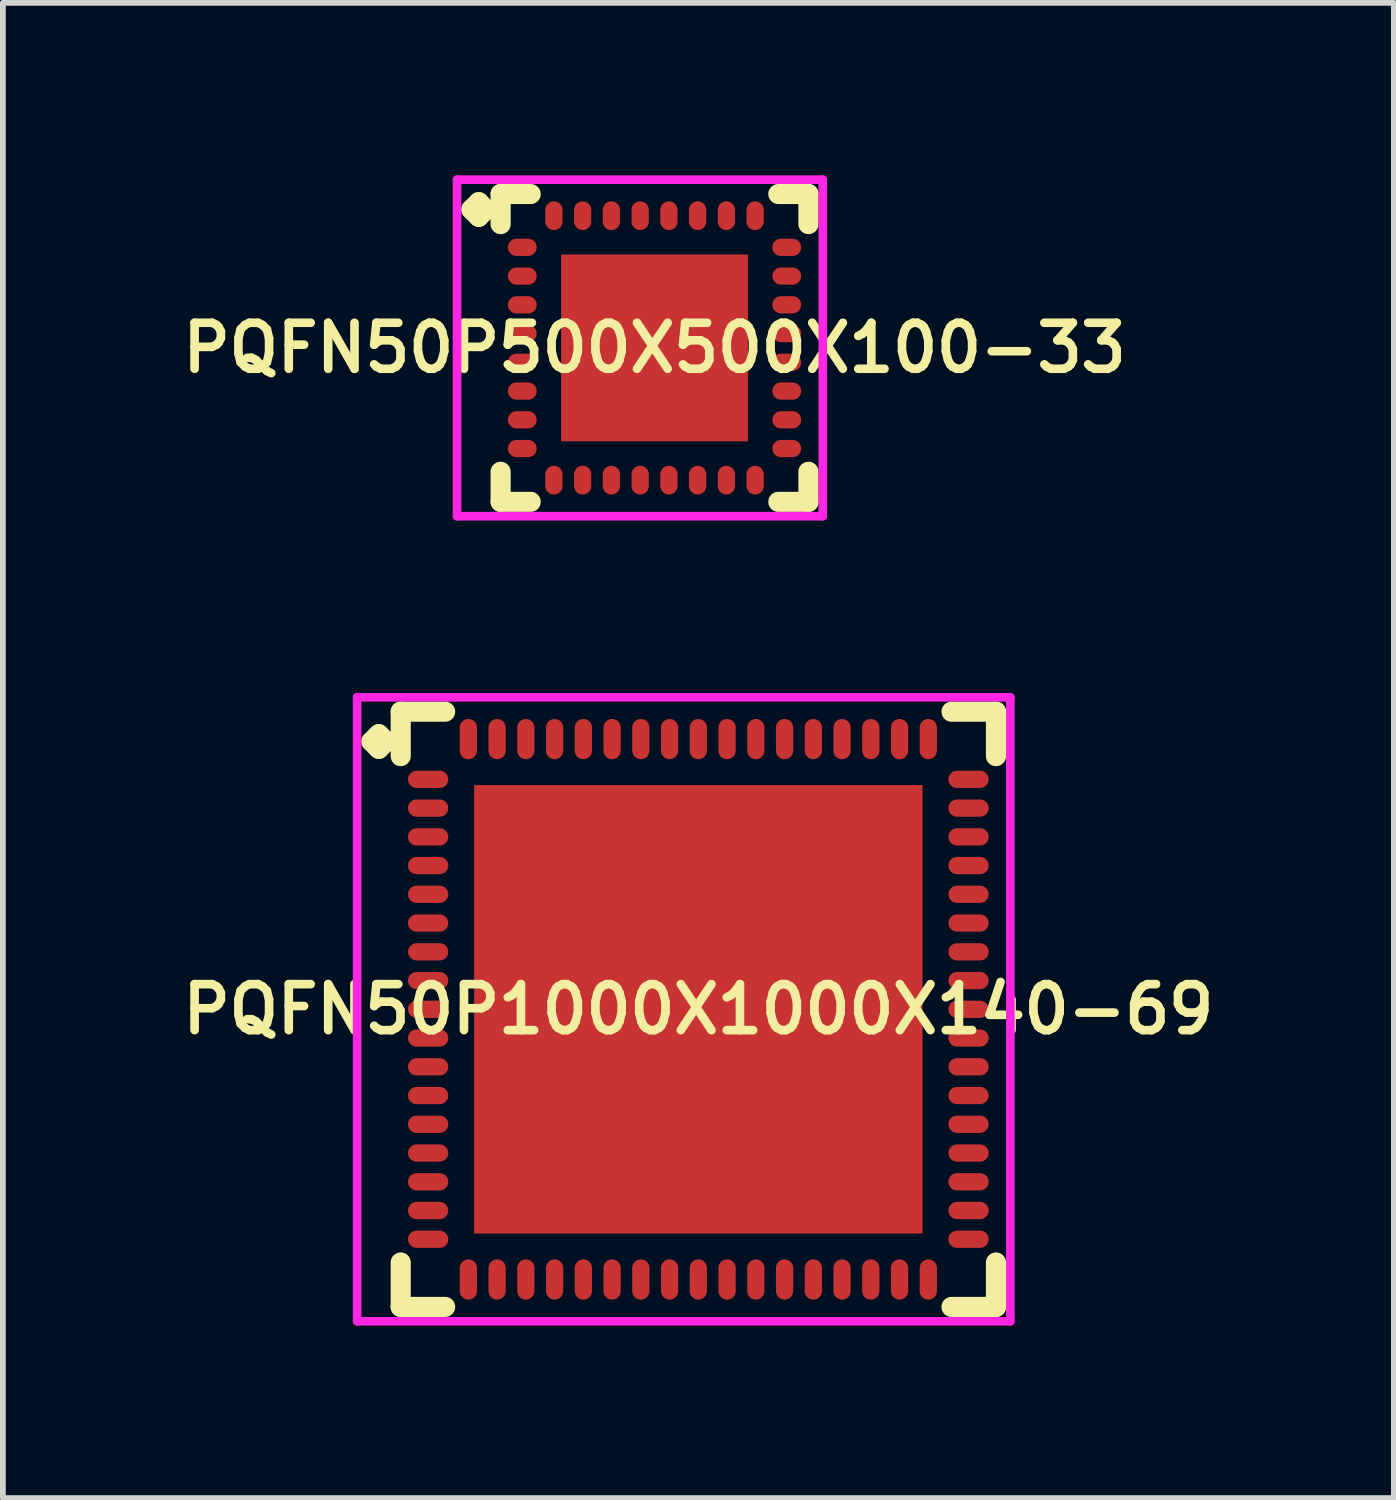
<source format=kicad_pcb>
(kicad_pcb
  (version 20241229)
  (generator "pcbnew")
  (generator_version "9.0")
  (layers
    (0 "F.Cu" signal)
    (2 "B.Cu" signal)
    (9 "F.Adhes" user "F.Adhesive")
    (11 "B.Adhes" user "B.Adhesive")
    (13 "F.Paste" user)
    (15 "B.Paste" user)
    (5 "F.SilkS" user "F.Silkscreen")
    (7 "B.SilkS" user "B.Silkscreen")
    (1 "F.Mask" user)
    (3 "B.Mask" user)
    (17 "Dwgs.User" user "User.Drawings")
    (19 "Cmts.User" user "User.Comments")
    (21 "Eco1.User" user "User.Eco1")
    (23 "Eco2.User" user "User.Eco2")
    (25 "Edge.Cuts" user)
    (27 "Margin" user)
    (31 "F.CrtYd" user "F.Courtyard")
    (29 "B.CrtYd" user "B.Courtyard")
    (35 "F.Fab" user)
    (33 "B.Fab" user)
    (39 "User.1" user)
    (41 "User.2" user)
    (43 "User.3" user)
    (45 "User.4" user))
  (footprint "PQFN50P500X500X100-33"
    (layer "F.Cu")
    (at 8.335 3.002)
    (property "Reference" "PQFN50P500X500X100-33" (at 0 0 0) (layer "F.SilkS") (effects (font (size 0.8 0.8) (thickness 0.15))))
    (attr smd)
    (fp_line (start -3.185 -2.408) (end -3.058 -2.535) (stroke (width 0.35) (type solid)) (layer "F.SilkS"))
    (fp_line (start -3.058 -2.535) (end -2.931 -2.408) (stroke (width 0.35) (type solid)) (layer "F.SilkS"))
    (fp_line (start -3.058 -2.281) (end -3.185 -2.408) (stroke (width 0.35) (type solid)) (layer "F.SilkS"))
    (fp_line (start -2.931 -2.408) (end -3.058 -2.281) (stroke (width 0.35) (type solid)) (layer "F.SilkS"))
    (fp_line (start -2.677 -2.677) (end -2.154 -2.677) (stroke (width 0.35) (type solid)) (layer "F.SilkS"))
    (fp_line (start -2.677 -2.154) (end -2.677 -2.677) (stroke (width 0.35) (type solid)) (layer "F.SilkS"))
    (fp_line (start -2.677 2.154) (end -2.677 2.677) (stroke (width 0.35) (type solid)) (layer "F.SilkS"))
    (fp_line (start -2.677 2.677) (end -2.154 2.677) (stroke (width 0.35) (type solid)) (layer "F.SilkS"))
    (fp_line (start 2.154 -2.677) (end 2.677 -2.677) (stroke (width 0.35) (type solid)) (layer "F.SilkS"))
    (fp_line (start 2.154 2.677) (end 2.677 2.677) (stroke (width 0.35) (type solid)) (layer "F.SilkS"))
    (fp_line (start 2.677 -2.677) (end 2.677 -2.154) (stroke (width 0.35) (type solid)) (layer "F.SilkS"))
    (fp_line (start 2.677 2.677) (end 2.677 2.154) (stroke (width 0.35) (type solid)) (layer "F.SilkS"))
    (fp_line (start -3.435 -2.927) (end 2.927 -2.927) (stroke (width 0.15) (type solid)) (layer "F.CrtYd"))
    (fp_line (start -3.435 2.927) (end -3.435 -2.927) (stroke (width 0.15) (type solid)) (layer "F.CrtYd"))
    (fp_line (start 2.927 -2.927) (end 2.927 2.927) (stroke (width 0.15) (type solid)) (layer "F.CrtYd"))
    (fp_line (start 2.927 2.927) (end -3.435 2.927) (stroke (width 0.15) (type solid)) (layer "F.CrtYd"))
    (pad "1" smd oval (at -2.3 -1.75) (size 0.5 0.3) (layers "F.Cu" "F.Mask" "F.Paste"))
    (pad "2" smd oval (at -2.3 -1.25) (size 0.5 0.3) (layers "F.Cu" "F.Mask" "F.Paste"))
    (pad "3" smd oval (at -2.3 -0.75) (size 0.5 0.3) (layers "F.Cu" "F.Mask" "F.Paste"))
    (pad "4" smd oval (at -2.3 -0.25) (size 0.5 0.3) (layers "F.Cu" "F.Mask" "F.Paste"))
    (pad "5" smd oval (at -2.3 0.25) (size 0.5 0.3) (layers "F.Cu" "F.Mask" "F.Paste"))
    (pad "6" smd oval (at -2.3 0.75) (size 0.5 0.3) (layers "F.Cu" "F.Mask" "F.Paste"))
    (pad "7" smd oval (at -2.3 1.25) (size 0.5 0.3) (layers "F.Cu" "F.Mask" "F.Paste"))
    (pad "8" smd oval (at -2.3 1.75) (size 0.5 0.3) (layers "F.Cu" "F.Mask" "F.Paste"))
    (pad "9" smd oval (at -1.75 2.3) (size 0.3 0.5) (layers "F.Cu" "F.Mask" "F.Paste"))
    (pad "10" smd oval (at -1.25 2.3) (size 0.3 0.5) (layers "F.Cu" "F.Mask" "F.Paste"))
    (pad "11" smd oval (at -0.75 2.3) (size 0.3 0.5) (layers "F.Cu" "F.Mask" "F.Paste"))
    (pad "12" smd oval (at -0.25 2.3) (size 0.3 0.5) (layers "F.Cu" "F.Mask" "F.Paste"))
    (pad "13" smd oval (at 0.25 2.3) (size 0.3 0.5) (layers "F.Cu" "F.Mask" "F.Paste"))
    (pad "14" smd oval (at 0.75 2.3) (size 0.3 0.5) (layers "F.Cu" "F.Mask" "F.Paste"))
    (pad "15" smd oval (at 1.25 2.3) (size 0.3 0.5) (layers "F.Cu" "F.Mask" "F.Paste"))
    (pad "16" smd oval (at 1.75 2.3) (size 0.3 0.5) (layers "F.Cu" "F.Mask" "F.Paste"))
    (pad "17" smd oval (at 2.3 1.75) (size 0.5 0.3) (layers "F.Cu" "F.Mask" "F.Paste"))
    (pad "18" smd oval (at 2.3 1.25) (size 0.5 0.3) (layers "F.Cu" "F.Mask" "F.Paste"))
    (pad "19" smd oval (at 2.3 0.75) (size 0.5 0.3) (layers "F.Cu" "F.Mask" "F.Paste"))
    (pad "20" smd oval (at 2.3 0.25) (size 0.5 0.3) (layers "F.Cu" "F.Mask" "F.Paste"))
    (pad "21" smd oval (at 2.3 -0.25) (size 0.5 0.3) (layers "F.Cu" "F.Mask" "F.Paste"))
    (pad "22" smd oval (at 2.3 -0.75) (size 0.5 0.3) (layers "F.Cu" "F.Mask" "F.Paste"))
    (pad "23" smd oval (at 2.3 -1.25) (size 0.5 0.3) (layers "F.Cu" "F.Mask" "F.Paste"))
    (pad "24" smd oval (at 2.3 -1.75) (size 0.5 0.3) (layers "F.Cu" "F.Mask" "F.Paste"))
    (pad "25" smd oval (at 1.75 -2.3) (size 0.3 0.5) (layers "F.Cu" "F.Mask" "F.Paste"))
    (pad "26" smd oval (at 1.25 -2.3) (size 0.3 0.5) (layers "F.Cu" "F.Mask" "F.Paste"))
    (pad "27" smd oval (at 0.75 -2.3) (size 0.3 0.5) (layers "F.Cu" "F.Mask" "F.Paste"))
    (pad "28" smd oval (at 0.25 -2.3) (size 0.3 0.5) (layers "F.Cu" "F.Mask" "F.Paste"))
    (pad "29" smd oval (at -0.25 -2.3) (size 0.3 0.5) (layers "F.Cu" "F.Mask" "F.Paste"))
    (pad "30" smd oval (at -0.75 -2.3) (size 0.3 0.5) (layers "F.Cu" "F.Mask" "F.Paste"))
    (pad "31" smd oval (at -1.25 -2.3) (size 0.3 0.5) (layers "F.Cu" "F.Mask" "F.Paste"))
    (pad "32" smd oval (at -1.75 -2.3) (size 0.3 0.5) (layers "F.Cu" "F.Mask" "F.Paste"))
    (pad "33" smd rect (at 0 0) (size 3.25 3.25) (layers "F.Cu" "F.Mask" "F.Paste")))
  (footprint "PQFN50P1000X1000X140-69"
    (layer "F.Cu")
    (at 9.097 14.506)
    (property "Reference" "PQFN50P1000X1000X140-69" (at 0 0 0) (layer "F.SilkS") (effects (font (size 0.8 0.8) (thickness 0.15))))
    (attr smd)
    (fp_line (start -5.685 -4.658) (end -5.558 -4.785) (stroke (width 0.35) (type solid)) (layer "F.SilkS"))
    (fp_line (start -5.558 -4.785) (end -5.431 -4.658) (stroke (width 0.35) (type solid)) (layer "F.SilkS"))
    (fp_line (start -5.558 -4.531) (end -5.685 -4.658) (stroke (width 0.35) (type solid)) (layer "F.SilkS"))
    (fp_line (start -5.431 -4.658) (end -5.558 -4.531) (stroke (width 0.35) (type solid)) (layer "F.SilkS"))
    (fp_line (start -5.177 -5.177) (end -4.404 -5.177) (stroke (width 0.35) (type solid)) (layer "F.SilkS"))
    (fp_line (start -5.177 -4.404) (end -5.177 -5.177) (stroke (width 0.35) (type solid)) (layer "F.SilkS"))
    (fp_line (start -5.177 4.404) (end -5.177 5.177) (stroke (width 0.35) (type solid)) (layer "F.SilkS"))
    (fp_line (start -5.177 5.177) (end -4.404 5.177) (stroke (width 0.35) (type solid)) (layer "F.SilkS"))
    (fp_line (start 4.404 -5.177) (end 5.177 -5.177) (stroke (width 0.35) (type solid)) (layer "F.SilkS"))
    (fp_line (start 4.404 5.177) (end 5.177 5.177) (stroke (width 0.35) (type solid)) (layer "F.SilkS"))
    (fp_line (start 5.177 -5.177) (end 5.177 -4.404) (stroke (width 0.35) (type solid)) (layer "F.SilkS"))
    (fp_line (start 5.177 5.177) (end 5.177 4.404) (stroke (width 0.35) (type solid)) (layer "F.SilkS"))
    (fp_line (start -5.935 -5.427) (end 5.427 -5.427) (stroke (width 0.15) (type solid)) (layer "F.CrtYd"))
    (fp_line (start -5.935 5.427) (end -5.935 -5.427) (stroke (width 0.15) (type solid)) (layer "F.CrtYd"))
    (fp_line (start 5.427 -5.427) (end 5.427 5.427) (stroke (width 0.15) (type solid)) (layer "F.CrtYd"))
    (fp_line (start 5.427 5.427) (end -5.935 5.427) (stroke (width 0.15) (type solid)) (layer "F.CrtYd"))
    (pad "1" smd oval (at -4.7 -4) (size 0.7 0.3) (layers "F.Cu" "F.Mask" "F.Paste"))
    (pad "2" smd oval (at -4.7 -3.5) (size 0.7 0.3) (layers "F.Cu" "F.Mask" "F.Paste"))
    (pad "3" smd oval (at -4.7 -3) (size 0.7 0.3) (layers "F.Cu" "F.Mask" "F.Paste"))
    (pad "4" smd oval (at -4.7 -2.5) (size 0.7 0.3) (layers "F.Cu" "F.Mask" "F.Paste"))
    (pad "5" smd oval (at -4.7 -2) (size 0.7 0.3) (layers "F.Cu" "F.Mask" "F.Paste"))
    (pad "6" smd oval (at -4.7 -1.5) (size 0.7 0.3) (layers "F.Cu" "F.Mask" "F.Paste"))
    (pad "7" smd oval (at -4.7 -1) (size 0.7 0.3) (layers "F.Cu" "F.Mask" "F.Paste"))
    (pad "8" smd oval (at -4.7 -0.5) (size 0.7 0.3) (layers "F.Cu" "F.Mask" "F.Paste"))
    (pad "9" smd oval (at -4.7 0) (size 0.7 0.3) (layers "F.Cu" "F.Mask" "F.Paste"))
    (pad "10" smd oval (at -4.7 0.5) (size 0.7 0.3) (layers "F.Cu" "F.Mask" "F.Paste"))
    (pad "11" smd oval (at -4.7 1) (size 0.7 0.3) (layers "F.Cu" "F.Mask" "F.Paste"))
    (pad "12" smd oval (at -4.7 1.5) (size 0.7 0.3) (layers "F.Cu" "F.Mask" "F.Paste"))
    (pad "13" smd oval (at -4.7 2) (size 0.7 0.3) (layers "F.Cu" "F.Mask" "F.Paste"))
    (pad "14" smd oval (at -4.7 2.5) (size 0.7 0.3) (layers "F.Cu" "F.Mask" "F.Paste"))
    (pad "15" smd oval (at -4.7 3) (size 0.7 0.3) (layers "F.Cu" "F.Mask" "F.Paste"))
    (pad "16" smd oval (at -4.7 3.5) (size 0.7 0.3) (layers "F.Cu" "F.Mask" "F.Paste"))
    (pad "17" smd oval (at -4.7 4) (size 0.7 0.3) (layers "F.Cu" "F.Mask" "F.Paste"))
    (pad "18" smd oval (at -4 4.7) (size 0.3 0.7) (layers "F.Cu" "F.Mask" "F.Paste"))
    (pad "19" smd oval (at -3.5 4.7) (size 0.3 0.7) (layers "F.Cu" "F.Mask" "F.Paste"))
    (pad "20" smd oval (at -3 4.7) (size 0.3 0.7) (layers "F.Cu" "F.Mask" "F.Paste"))
    (pad "21" smd oval (at -2.5 4.7) (size 0.3 0.7) (layers "F.Cu" "F.Mask" "F.Paste"))
    (pad "22" smd oval (at -2 4.7) (size 0.3 0.7) (layers "F.Cu" "F.Mask" "F.Paste"))
    (pad "23" smd oval (at -1.5 4.7) (size 0.3 0.7) (layers "F.Cu" "F.Mask" "F.Paste"))
    (pad "24" smd oval (at -1 4.7) (size 0.3 0.7) (layers "F.Cu" "F.Mask" "F.Paste"))
    (pad "25" smd oval (at -0.5 4.7) (size 0.3 0.7) (layers "F.Cu" "F.Mask" "F.Paste"))
    (pad "26" smd oval (at 0 4.7) (size 0.3 0.7) (layers "F.Cu" "F.Mask" "F.Paste"))
    (pad "27" smd oval (at 0.5 4.7) (size 0.3 0.7) (layers "F.Cu" "F.Mask" "F.Paste"))
    (pad "28" smd oval (at 1 4.7) (size 0.3 0.7) (layers "F.Cu" "F.Mask" "F.Paste"))
    (pad "29" smd oval (at 1.5 4.7) (size 0.3 0.7) (layers "F.Cu" "F.Mask" "F.Paste"))
    (pad "30" smd oval (at 2 4.7) (size 0.3 0.7) (layers "F.Cu" "F.Mask" "F.Paste"))
    (pad "31" smd oval (at 2.5 4.7) (size 0.3 0.7) (layers "F.Cu" "F.Mask" "F.Paste"))
    (pad "32" smd oval (at 3 4.7) (size 0.3 0.7) (layers "F.Cu" "F.Mask" "F.Paste"))
    (pad "33" smd oval (at 3.5 4.7) (size 0.3 0.7) (layers "F.Cu" "F.Mask" "F.Paste"))
    (pad "34" smd oval (at 4 4.7) (size 0.3 0.7) (layers "F.Cu" "F.Mask" "F.Paste"))
    (pad "35" smd oval (at 4.7 4) (size 0.7 0.3) (layers "F.Cu" "F.Mask" "F.Paste"))
    (pad "36" smd oval (at 4.7 3.5) (size 0.7 0.3) (layers "F.Cu" "F.Mask" "F.Paste"))
    (pad "37" smd oval (at 4.7 3) (size 0.7 0.3) (layers "F.Cu" "F.Mask" "F.Paste"))
    (pad "38" smd oval (at 4.7 2.5) (size 0.7 0.3) (layers "F.Cu" "F.Mask" "F.Paste"))
    (pad "39" smd oval (at 4.7 2) (size 0.7 0.3) (layers "F.Cu" "F.Mask" "F.Paste"))
    (pad "40" smd oval (at 4.7 1.5) (size 0.7 0.3) (layers "F.Cu" "F.Mask" "F.Paste"))
    (pad "41" smd oval (at 4.7 1) (size 0.7 0.3) (layers "F.Cu" "F.Mask" "F.Paste"))
    (pad "42" smd oval (at 4.7 0.5) (size 0.7 0.3) (layers "F.Cu" "F.Mask" "F.Paste"))
    (pad "43" smd oval (at 4.7 0) (size 0.7 0.3) (layers "F.Cu" "F.Mask" "F.Paste"))
    (pad "44" smd oval (at 4.7 -0.5) (size 0.7 0.3) (layers "F.Cu" "F.Mask" "F.Paste"))
    (pad "45" smd oval (at 4.7 -1) (size 0.7 0.3) (layers "F.Cu" "F.Mask" "F.Paste"))
    (pad "46" smd oval (at 4.7 -1.5) (size 0.7 0.3) (layers "F.Cu" "F.Mask" "F.Paste"))
    (pad "47" smd oval (at 4.7 -2) (size 0.7 0.3) (layers "F.Cu" "F.Mask" "F.Paste"))
    (pad "48" smd oval (at 4.7 -2.5) (size 0.7 0.3) (layers "F.Cu" "F.Mask" "F.Paste"))
    (pad "49" smd oval (at 4.7 -3) (size 0.7 0.3) (layers "F.Cu" "F.Mask" "F.Paste"))
    (pad "50" smd oval (at 4.7 -3.5) (size 0.7 0.3) (layers "F.Cu" "F.Mask" "F.Paste"))
    (pad "51" smd oval (at 4.7 -4) (size 0.7 0.3) (layers "F.Cu" "F.Mask" "F.Paste"))
    (pad "52" smd oval (at 4 -4.7) (size 0.3 0.7) (layers "F.Cu" "F.Mask" "F.Paste"))
    (pad "53" smd oval (at 3.5 -4.7) (size 0.3 0.7) (layers "F.Cu" "F.Mask" "F.Paste"))
    (pad "54" smd oval (at 3 -4.7) (size 0.3 0.7) (layers "F.Cu" "F.Mask" "F.Paste"))
    (pad "55" smd oval (at 2.5 -4.7) (size 0.3 0.7) (layers "F.Cu" "F.Mask" "F.Paste"))
    (pad "56" smd oval (at 2 -4.7) (size 0.3 0.7) (layers "F.Cu" "F.Mask" "F.Paste"))
    (pad "57" smd oval (at 1.5 -4.7) (size 0.3 0.7) (layers "F.Cu" "F.Mask" "F.Paste"))
    (pad "58" smd oval (at 1 -4.7) (size 0.3 0.7) (layers "F.Cu" "F.Mask" "F.Paste"))
    (pad "59" smd oval (at 0.5 -4.7) (size 0.3 0.7) (layers "F.Cu" "F.Mask" "F.Paste"))
    (pad "60" smd oval (at 0 -4.7) (size 0.3 0.7) (layers "F.Cu" "F.Mask" "F.Paste"))
    (pad "61" smd oval (at -0.5 -4.7) (size 0.3 0.7) (layers "F.Cu" "F.Mask" "F.Paste"))
    (pad "62" smd oval (at -1 -4.7) (size 0.3 0.7) (layers "F.Cu" "F.Mask" "F.Paste"))
    (pad "63" smd oval (at -1.5 -4.7) (size 0.3 0.7) (layers "F.Cu" "F.Mask" "F.Paste"))
    (pad "64" smd oval (at -2 -4.7) (size 0.3 0.7) (layers "F.Cu" "F.Mask" "F.Paste"))
    (pad "65" smd oval (at -2.5 -4.7) (size 0.3 0.7) (layers "F.Cu" "F.Mask" "F.Paste"))
    (pad "66" smd oval (at -3 -4.7) (size 0.3 0.7) (layers "F.Cu" "F.Mask" "F.Paste"))
    (pad "67" smd oval (at -3.5 -4.7) (size 0.3 0.7) (layers "F.Cu" "F.Mask" "F.Paste"))
    (pad "68" smd oval (at -4 -4.7) (size 0.3 0.7) (layers "F.Cu" "F.Mask" "F.Paste"))
    (pad "69" smd rect (at 0 0) (size 7.8 7.8) (layers "F.Cu" "F.Mask" "F.Paste")))
  (gr_rect
    (start -3 -3)
    (end 21.195 23.008)
    (stroke (width 0.1) (type default))
    (fill no)
    (layer "Edge.Cuts")))
</source>
